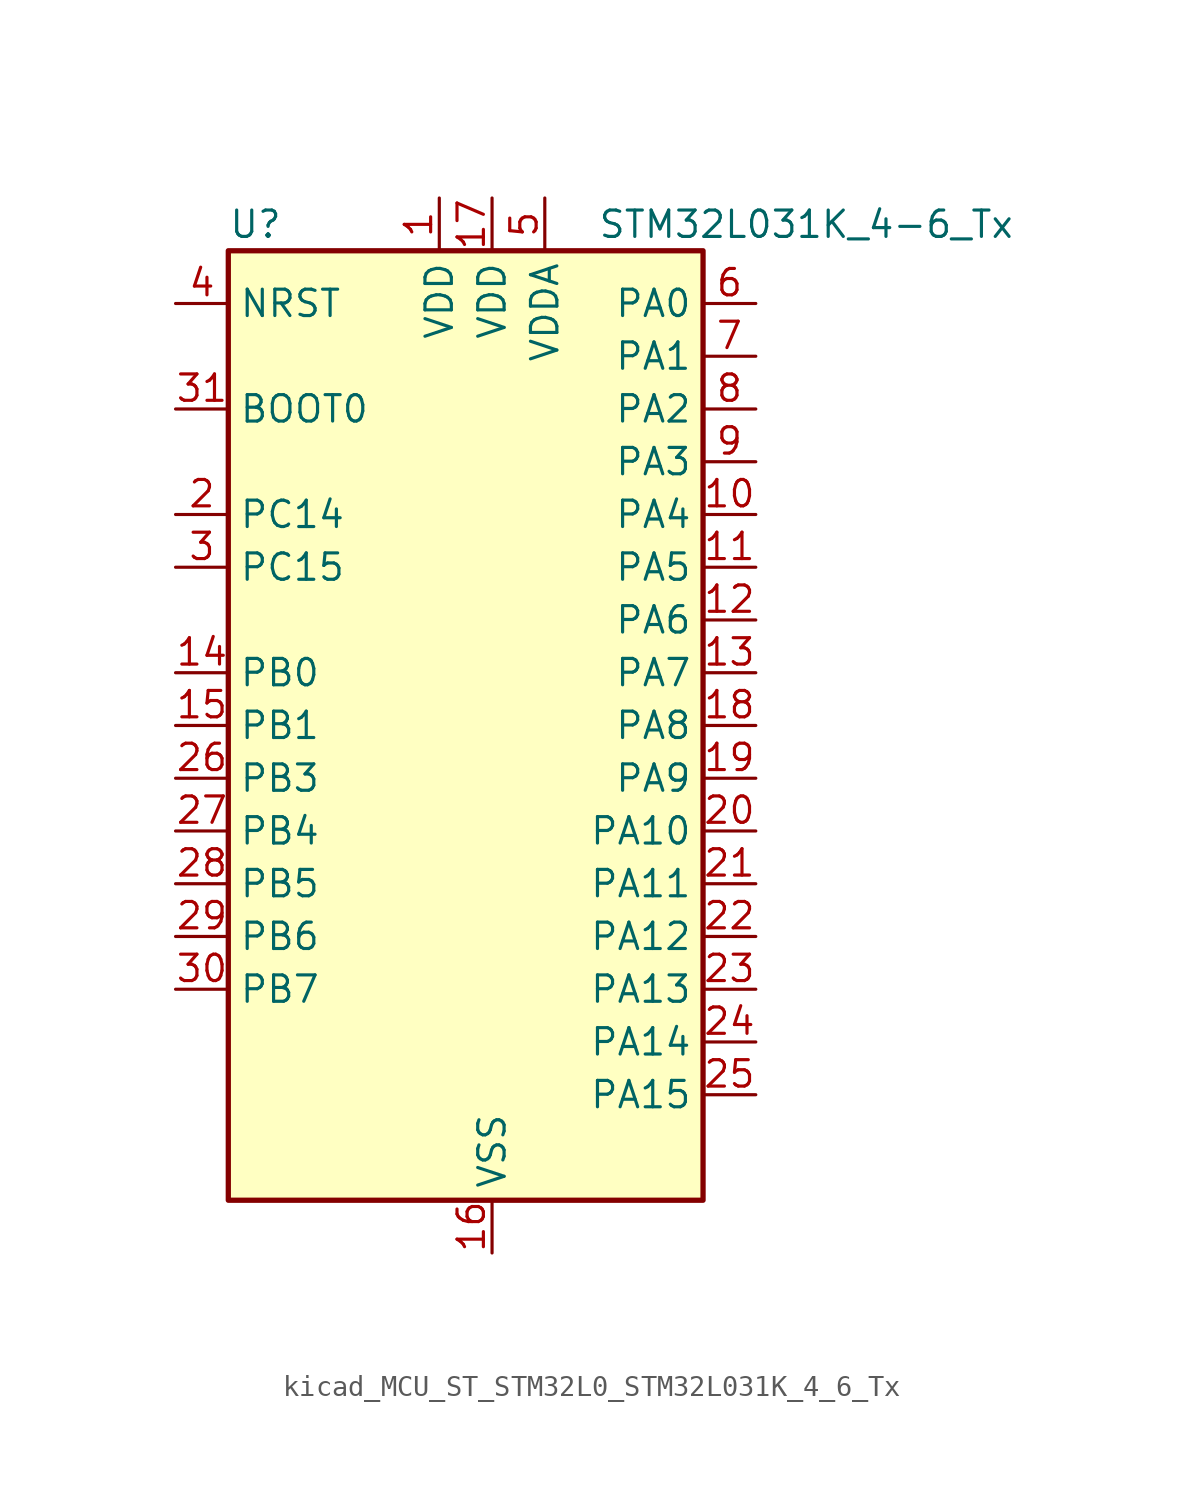
<source format=kicad_sym>
(kicad_symbol_lib
  (version 20220914)
  (generator kicad_symbol_editor)
  (symbol "kicad_MCU_ST_STM32L0_STM32L031K_4_6_Tx"
    (property "Reference" "U"
      (at -10.16 24.13 0)
      (effects (font (size 1.27 1.27)) (justify left)))
    (property "Value" "STM32L031K_4-6_Tx"
      (at 7.62 24.13 0)
      (effects (font (size 1.27 1.27)) (justify left)))
    (property "ki_locked" ""
      (at 0 0 0)
      (effects (font (size 1.27 1.27))))
    (symbol "kicad_MCU_ST_STM32L0_STM32L031K_4_6_Tx_0_1"
      (rectangle (start -10.16 -22.86) (end 12.7 22.86) (stroke (width 0.254) (type default)) (fill (type background))))
    (symbol "kicad_MCU_ST_STM32L0_STM32L031K_4_6_Tx_1_1"
      (pin power_in line (at 0 25.4 270) (length 2.54) (name "VDD" (effects (font (size 1.27 1.27)))) (number "1" (effects (font (size 1.27 1.27)))))
      (pin bidirectional line (at 15.24 10.16 180) (length 2.54) (name "PA4" (effects (font (size 1.27 1.27)))) (number "10" (effects (font (size 1.27 1.27)))) (alternate "ADC_IN4" bidirectional line) (alternate "COMP1_INM" bidirectional line) (alternate "COMP2_INM" bidirectional line) (alternate "LPTIM1_IN1" bidirectional line) (alternate "SPI1_NSS" bidirectional line) (alternate "TIM22_ETR" bidirectional line) (alternate "USART2_CK" bidirectional line))
      (pin bidirectional line (at 15.24 7.62 180) (length 2.54) (name "PA5" (effects (font (size 1.27 1.27)))) (number "11" (effects (font (size 1.27 1.27)))) (alternate "ADC_IN5" bidirectional line) (alternate "COMP1_INM" bidirectional line) (alternate "COMP2_INM" bidirectional line) (alternate "LPTIM1_IN2" bidirectional line) (alternate "SPI1_SCK" bidirectional line) (alternate "TIM2_CH1" bidirectional line) (alternate "TIM2_ETR" bidirectional line))
      (pin bidirectional line (at 15.24 5.08 180) (length 2.54) (name "PA6" (effects (font (size 1.27 1.27)))) (number "12" (effects (font (size 1.27 1.27)))) (alternate "ADC_IN6" bidirectional line) (alternate "COMP1_OUT" bidirectional line) (alternate "LPTIM1_ETR" bidirectional line) (alternate "LPUART1_CTS" bidirectional line) (alternate "SPI1_MISO" bidirectional line) (alternate "TIM22_CH1" bidirectional line))
      (pin bidirectional line (at 15.24 2.54 180) (length 2.54) (name "PA7" (effects (font (size 1.27 1.27)))) (number "13" (effects (font (size 1.27 1.27)))) (alternate "ADC_IN7" bidirectional line) (alternate "COMP2_OUT" bidirectional line) (alternate "LPTIM1_OUT" bidirectional line) (alternate "SPI1_MOSI" bidirectional line) (alternate "TIM22_CH2" bidirectional line) (alternate "USART2_CTS" bidirectional line))
      (pin bidirectional line (at -12.7 2.54 0) (length 2.54) (name "PB0" (effects (font (size 1.27 1.27)))) (number "14" (effects (font (size 1.27 1.27)))) (alternate "ADC_IN8" bidirectional line) (alternate "SPI1_MISO" bidirectional line) (alternate "SYS_VREF_OUT_PB0" bidirectional line) (alternate "TIM2_CH3" bidirectional line) (alternate "USART2_DE" bidirectional line) (alternate "USART2_RTS" bidirectional line))
      (pin bidirectional line (at -12.7 0 0) (length 2.54) (name "PB1" (effects (font (size 1.27 1.27)))) (number "15" (effects (font (size 1.27 1.27)))) (alternate "ADC_IN9" bidirectional line) (alternate "LPUART1_DE" bidirectional line) (alternate "LPUART1_RTS" bidirectional line) (alternate "SPI1_MOSI" bidirectional line) (alternate "SYS_VREF_OUT_PB1" bidirectional line) (alternate "TIM2_CH4" bidirectional line) (alternate "USART2_CK" bidirectional line))
      (pin power_in line (at 2.54 -25.4 90) (length 2.54) (name "VSS" (effects (font (size 1.27 1.27)))) (number "16" (effects (font (size 1.27 1.27)))))
      (pin power_in line (at 2.54 25.4 270) (length 2.54) (name "VDD" (effects (font (size 1.27 1.27)))) (number "17" (effects (font (size 1.27 1.27)))))
      (pin bidirectional line (at 15.24 0 180) (length 2.54) (name "PA8" (effects (font (size 1.27 1.27)))) (number "18" (effects (font (size 1.27 1.27)))) (alternate "LPTIM1_IN1" bidirectional line) (alternate "RCC_MCO" bidirectional line) (alternate "TIM2_CH1" bidirectional line) (alternate "USART2_CK" bidirectional line))
      (pin bidirectional line (at 15.24 -2.54 180) (length 2.54) (name "PA9" (effects (font (size 1.27 1.27)))) (number "19" (effects (font (size 1.27 1.27)))) (alternate "I2C1_SCL" bidirectional line) (alternate "RCC_MCO" bidirectional line) (alternate "TIM22_CH1" bidirectional line) (alternate "USART2_TX" bidirectional line))
      (pin bidirectional line (at -12.7 10.16 0) (length 2.54) (name "PC14" (effects (font (size 1.27 1.27)))) (number "2" (effects (font (size 1.27 1.27)))) (alternate "RCC_OSC32_IN" bidirectional line))
      (pin bidirectional line (at 15.24 -5.08 180) (length 2.54) (name "PA10" (effects (font (size 1.27 1.27)))) (number "20" (effects (font (size 1.27 1.27)))) (alternate "I2C1_SDA" bidirectional line) (alternate "TIM22_CH2" bidirectional line) (alternate "USART2_RX" bidirectional line))
      (pin bidirectional line (at 15.24 -7.62 180) (length 2.54) (name "PA11" (effects (font (size 1.27 1.27)))) (number "21" (effects (font (size 1.27 1.27)))) (alternate "ADC_EXTI11" bidirectional line) (alternate "COMP1_OUT" bidirectional line) (alternate "SPI1_MISO" bidirectional line) (alternate "TIM21_CH2" bidirectional line) (alternate "USART2_CTS" bidirectional line))
      (pin bidirectional line (at 15.24 -10.16 180) (length 2.54) (name "PA12" (effects (font (size 1.27 1.27)))) (number "22" (effects (font (size 1.27 1.27)))) (alternate "COMP2_OUT" bidirectional line) (alternate "SPI1_MOSI" bidirectional line) (alternate "USART2_DE" bidirectional line) (alternate "USART2_RTS" bidirectional line))
      (pin bidirectional line (at 15.24 -12.7 180) (length 2.54) (name "PA13" (effects (font (size 1.27 1.27)))) (number "23" (effects (font (size 1.27 1.27)))) (alternate "LPTIM1_ETR" bidirectional line) (alternate "LPUART1_RX" bidirectional line) (alternate "SYS_SWDIO" bidirectional line))
      (pin bidirectional line (at 15.24 -15.24 180) (length 2.54) (name "PA14" (effects (font (size 1.27 1.27)))) (number "24" (effects (font (size 1.27 1.27)))) (alternate "I2C1_SMBA" bidirectional line) (alternate "LPTIM1_OUT" bidirectional line) (alternate "LPUART1_TX" bidirectional line) (alternate "SYS_SWCLK" bidirectional line) (alternate "USART2_TX" bidirectional line))
      (pin bidirectional line (at 15.24 -17.78 180) (length 2.54) (name "PA15" (effects (font (size 1.27 1.27)))) (number "25" (effects (font (size 1.27 1.27)))) (alternate "SPI1_NSS" bidirectional line) (alternate "TIM2_CH1" bidirectional line) (alternate "TIM2_ETR" bidirectional line) (alternate "USART2_RX" bidirectional line))
      (pin bidirectional line (at -12.7 -2.54 0) (length 2.54) (name "PB3" (effects (font (size 1.27 1.27)))) (number "26" (effects (font (size 1.27 1.27)))) (alternate "COMP2_INM" bidirectional line) (alternate "SPI1_SCK" bidirectional line) (alternate "TIM2_CH2" bidirectional line))
      (pin bidirectional line (at -12.7 -5.08 0) (length 2.54) (name "PB4" (effects (font (size 1.27 1.27)))) (number "27" (effects (font (size 1.27 1.27)))) (alternate "COMP2_INP" bidirectional line) (alternate "SPI1_MISO" bidirectional line) (alternate "TIM22_CH1" bidirectional line))
      (pin bidirectional line (at -12.7 -7.62 0) (length 2.54) (name "PB5" (effects (font (size 1.27 1.27)))) (number "28" (effects (font (size 1.27 1.27)))) (alternate "COMP2_INP" bidirectional line) (alternate "I2C1_SMBA" bidirectional line) (alternate "LPTIM1_IN1" bidirectional line) (alternate "SPI1_MOSI" bidirectional line) (alternate "TIM22_CH2" bidirectional line))
      (pin bidirectional line (at -12.7 -10.16 0) (length 2.54) (name "PB6" (effects (font (size 1.27 1.27)))) (number "29" (effects (font (size 1.27 1.27)))) (alternate "COMP2_INP" bidirectional line) (alternate "I2C1_SCL" bidirectional line) (alternate "LPTIM1_ETR" bidirectional line) (alternate "TIM21_CH1" bidirectional line) (alternate "USART2_TX" bidirectional line))
      (pin bidirectional line (at -12.7 7.62 0) (length 2.54) (name "PC15" (effects (font (size 1.27 1.27)))) (number "3" (effects (font (size 1.27 1.27)))) (alternate "RCC_OSC32_OUT" bidirectional line))
      (pin bidirectional line (at -12.7 -12.7 0) (length 2.54) (name "PB7" (effects (font (size 1.27 1.27)))) (number "30" (effects (font (size 1.27 1.27)))) (alternate "COMP2_INP" bidirectional line) (alternate "I2C1_SDA" bidirectional line) (alternate "LPTIM1_IN2" bidirectional line) (alternate "SYS_PVD_IN" bidirectional line) (alternate "USART2_RX" bidirectional line))
      (pin input line (at -12.7 15.24 0) (length 2.54) (name "BOOT0" (effects (font (size 1.27 1.27)))) (number "31" (effects (font (size 1.27 1.27)))))
      (pin passive line (at 2.54 -25.4 90) (length 2.54) hide (name "VSS" (effects (font (size 1.27 1.27)))) (number "32" (effects (font (size 1.27 1.27)))))
      (pin input line (at -12.7 20.32 0) (length 2.54) (name "NRST" (effects (font (size 1.27 1.27)))) (number "4" (effects (font (size 1.27 1.27)))))
      (pin power_in line (at 5.08 25.4 270) (length 2.54) (name "VDDA" (effects (font (size 1.27 1.27)))) (number "5" (effects (font (size 1.27 1.27)))))
      (pin bidirectional line (at 15.24 20.32 180) (length 2.54) (name "PA0" (effects (font (size 1.27 1.27)))) (number "6" (effects (font (size 1.27 1.27)))) (alternate "ADC_IN0" bidirectional line) (alternate "COMP1_INM" bidirectional line) (alternate "COMP1_OUT" bidirectional line) (alternate "LPTIM1_IN1" bidirectional line) (alternate "RCC_CK_IN" bidirectional line) (alternate "RTC_TAMP2" bidirectional line) (alternate "SYS_WKUP1" bidirectional line) (alternate "TIM2_CH1" bidirectional line) (alternate "TIM2_ETR" bidirectional line) (alternate "USART2_CTS" bidirectional line))
      (pin bidirectional line (at 15.24 17.78 180) (length 2.54) (name "PA1" (effects (font (size 1.27 1.27)))) (number "7" (effects (font (size 1.27 1.27)))) (alternate "ADC_IN1" bidirectional line) (alternate "COMP1_INP" bidirectional line) (alternate "I2C1_SMBA" bidirectional line) (alternate "LPTIM1_IN2" bidirectional line) (alternate "TIM21_ETR" bidirectional line) (alternate "TIM2_CH2" bidirectional line) (alternate "USART2_DE" bidirectional line) (alternate "USART2_RTS" bidirectional line))
      (pin bidirectional line (at 15.24 15.24 180) (length 2.54) (name "PA2" (effects (font (size 1.27 1.27)))) (number "8" (effects (font (size 1.27 1.27)))) (alternate "ADC_IN2" bidirectional line) (alternate "COMP2_INM" bidirectional line) (alternate "COMP2_OUT" bidirectional line) (alternate "LPUART1_TX" bidirectional line) (alternate "RTC_OUT_ALARM" bidirectional line) (alternate "RTC_OUT_CALIB" bidirectional line) (alternate "RTC_TAMP3" bidirectional line) (alternate "RTC_TS" bidirectional line) (alternate "SYS_WKUP3" bidirectional line) (alternate "TIM21_CH1" bidirectional line) (alternate "TIM2_CH3" bidirectional line) (alternate "USART2_TX" bidirectional line))
      (pin bidirectional line (at 15.24 12.7 180) (length 2.54) (name "PA3" (effects (font (size 1.27 1.27)))) (number "9" (effects (font (size 1.27 1.27)))) (alternate "ADC_IN3" bidirectional line) (alternate "COMP2_INP" bidirectional line) (alternate "LPUART1_RX" bidirectional line) (alternate "TIM21_CH2" bidirectional line) (alternate "TIM2_CH4" bidirectional line) (alternate "USART2_RX" bidirectional line)))))
</source>
